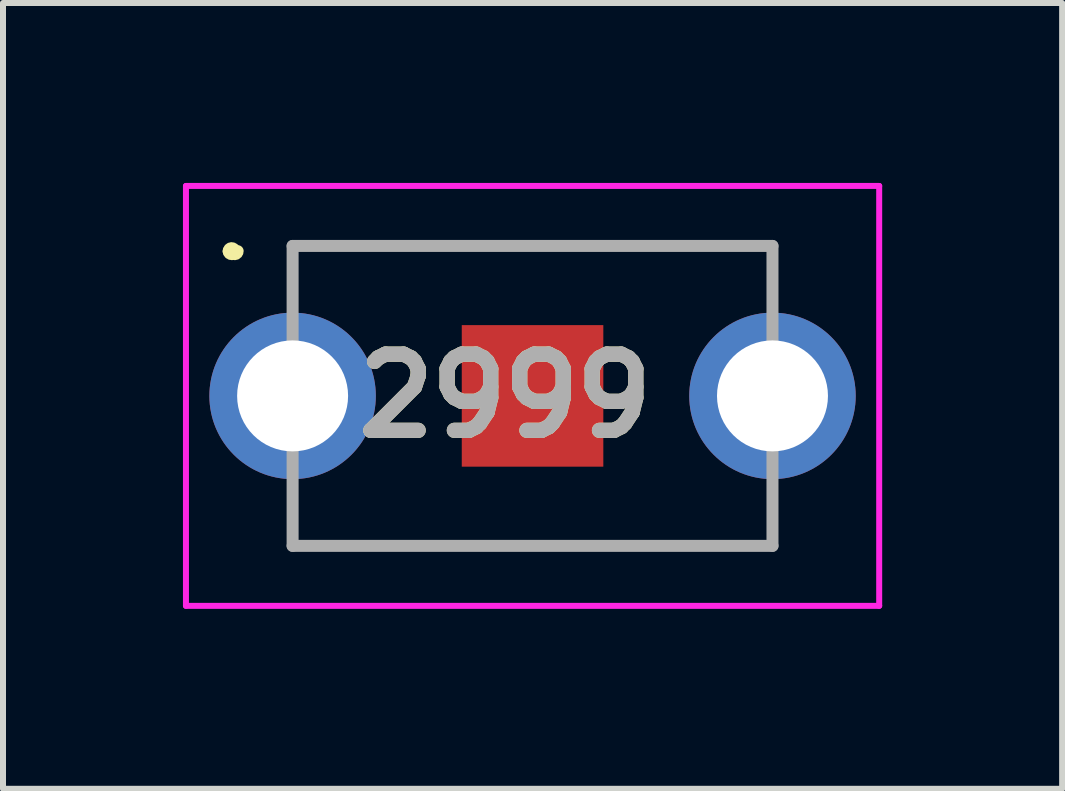
<source format=kicad_pcb>
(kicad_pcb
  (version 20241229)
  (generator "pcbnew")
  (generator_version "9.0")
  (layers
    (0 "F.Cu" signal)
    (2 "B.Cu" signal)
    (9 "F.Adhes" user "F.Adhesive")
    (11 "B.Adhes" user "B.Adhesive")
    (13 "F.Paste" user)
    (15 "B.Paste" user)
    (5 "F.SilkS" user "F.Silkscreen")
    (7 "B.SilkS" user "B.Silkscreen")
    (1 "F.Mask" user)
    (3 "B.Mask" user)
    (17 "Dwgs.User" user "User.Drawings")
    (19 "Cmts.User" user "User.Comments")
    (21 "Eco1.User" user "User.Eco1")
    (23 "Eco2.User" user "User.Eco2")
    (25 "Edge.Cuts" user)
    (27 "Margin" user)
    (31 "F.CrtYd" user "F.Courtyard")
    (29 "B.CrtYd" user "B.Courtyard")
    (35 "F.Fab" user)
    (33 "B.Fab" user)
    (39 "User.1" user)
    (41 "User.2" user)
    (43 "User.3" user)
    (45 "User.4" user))
  (footprint "2999"
    (layer "F.Cu")
    (at 1.828 3.55)
    (property "Reference" "2999" (at 3.544 0 0) (layer "F.SilkS") (effects (font (size 1.27 1.27) (thickness 0.254))))
    (attr through_hole)
    (fp_line (start -1.016 -2.413) (end -1.016 -2.413) (stroke (width 0.2) (type solid)) (layer "F.SilkS"))
    (fp_line (start -1.016 -2.413) (end -1.016 -2.413) (stroke (width 0.2) (type solid)) (layer "F.SilkS"))
    (fp_line (start -1.016 -2.413) (end -1.016 -2.413) (stroke (width 0.2) (type solid)) (layer "F.SilkS"))
    (fp_line (start 0 -2.5) (end 0 -2.5) (stroke (width 0.1) (type solid)) (layer "F.SilkS"))
    (fp_line (start 0 -2.5) (end 8 -2.5) (stroke (width 0.1) (type solid)) (layer "F.SilkS"))
    (fp_line (start 0 2.5) (end 0 2.5) (stroke (width 0.1) (type solid)) (layer "F.SilkS"))
    (fp_line (start 0 2.5) (end 8 2.5) (stroke (width 0.1) (type solid)) (layer "F.SilkS"))
    (fp_line (start 8 -2.5) (end 0 -2.5) (stroke (width 0.1) (type solid)) (layer "F.SilkS"))
    (fp_line (start 8 -2.5) (end 8 -2.5) (stroke (width 0.1) (type solid)) (layer "F.SilkS"))
    (fp_line (start 8 2.5) (end 0 2.5) (stroke (width 0.1) (type solid)) (layer "F.SilkS"))
    (fp_line (start 8 2.5) (end 8 2.5) (stroke (width 0.1) (type solid)) (layer "F.SilkS"))
    (fp_arc (start -1.066 -2.413) (mid -1.016 -2.463) (end -0.966 -2.413) (stroke (width 0.2) (type solid)) (layer "F.SilkS"))
    (fp_arc (start -0.966 -2.413) (mid -1.016 -2.363) (end -1.066 -2.413) (stroke (width 0.2) (type solid)) (layer "F.SilkS"))
    (fp_arc (start -0.916 -2.413) (mid -0.966 -2.363) (end -1.016 -2.413) (stroke (width 0.2) (type solid)) (layer "F.SilkS"))
    (fp_line (start -1.778 -3.5) (end 9.779 -3.5) (stroke (width 0.1) (type solid)) (layer "F.CrtYd"))
    (fp_line (start -1.778 3.5) (end -1.778 -3.5) (stroke (width 0.1) (type solid)) (layer "F.CrtYd"))
    (fp_line (start 9.779 -3.5) (end 9.779 3.5) (stroke (width 0.1) (type solid)) (layer "F.CrtYd"))
    (fp_line (start 9.779 3.5) (end -1.778 3.5) (stroke (width 0.1) (type solid)) (layer "F.CrtYd"))
    (fp_line (start 0 -2.5) (end 0 2.5) (stroke (width 0.2) (type solid)) (layer "F.Fab"))
    (fp_line (start 0 2.5) (end 8 2.5) (stroke (width 0.2) (type solid)) (layer "F.Fab"))
    (fp_line (start 8 -2.5) (end 0 -2.5) (stroke (width 0.2) (type solid)) (layer "F.Fab"))
    (fp_line (start 8 2.5) (end 8 -2.5) (stroke (width 0.2) (type solid)) (layer "F.Fab"))
    (fp_text user "${REFERENCE}" (at 3.544 0 0) (layer "F.Fab") (effects (font (size 1.27 1.27) (thickness 0.254))))
    (pad "1" thru_hole circle (at 0 0) (size 2.775 2.775) (drill 1.85) (layers "*.Cu" "*.Mask"))
    (pad "1" thru_hole circle (at 8 0) (size 2.775 2.775) (drill 1.85) (layers "*.Cu" "*.Mask"))
    (pad "2" smd rect (at 4 0 90) (size 2.36 2.36) (layers "F.Cu" "F.Mask" "F.Paste")))
  (gr_rect
    (start -3 -3)
    (end 14.657 10.1)
    (stroke (width 0.1) (type default))
    (fill no)
    (layer "Edge.Cuts")))
</source>
